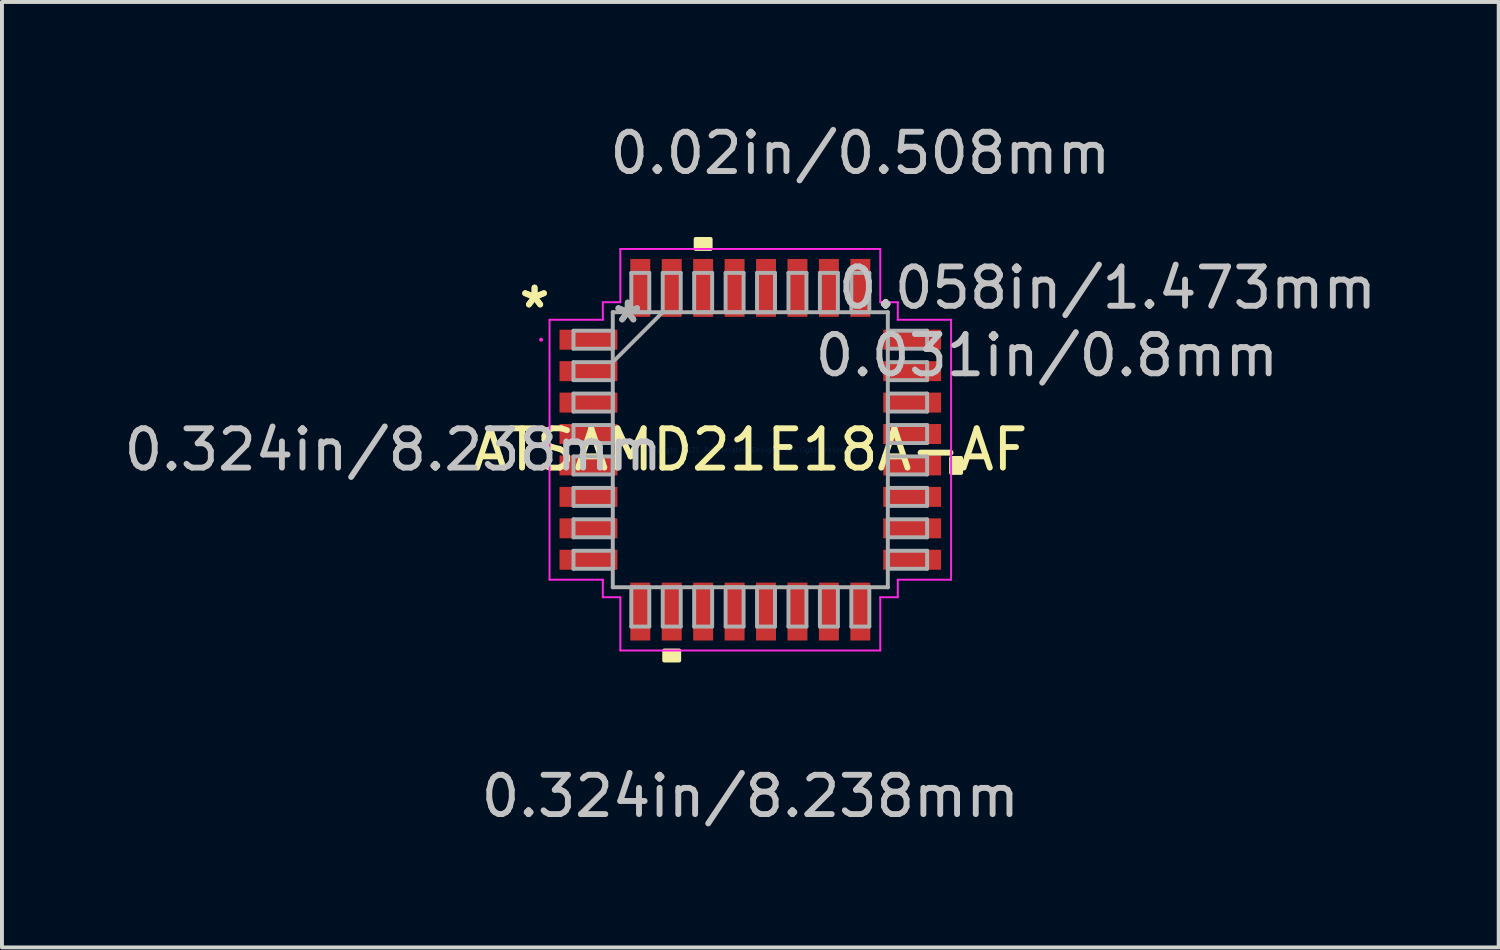
<source format=kicad_pcb>
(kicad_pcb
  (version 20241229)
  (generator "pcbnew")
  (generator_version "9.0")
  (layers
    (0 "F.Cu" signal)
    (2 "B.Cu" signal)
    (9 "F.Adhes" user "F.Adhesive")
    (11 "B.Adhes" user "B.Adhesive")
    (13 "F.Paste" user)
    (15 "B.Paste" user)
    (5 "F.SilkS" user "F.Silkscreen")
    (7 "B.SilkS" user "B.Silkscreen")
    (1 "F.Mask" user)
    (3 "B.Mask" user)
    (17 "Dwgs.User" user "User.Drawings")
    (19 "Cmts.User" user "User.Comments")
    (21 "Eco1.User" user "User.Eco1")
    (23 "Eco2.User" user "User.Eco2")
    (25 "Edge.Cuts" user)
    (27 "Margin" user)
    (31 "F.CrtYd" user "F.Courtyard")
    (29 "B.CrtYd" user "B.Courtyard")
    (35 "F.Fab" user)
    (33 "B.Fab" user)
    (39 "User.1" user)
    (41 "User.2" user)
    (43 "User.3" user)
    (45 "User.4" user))
  (footprint "ATSAMD21E18A-AF"
    (layer "F.Cu")
    (at 16.046 8.396)
    (property "Reference" "ATSAMD21E18A-AF" (at 0 0 0) (layer "F.SilkS") (effects (font (size 1 1) (thickness 0.15))))
    (attr through_hole)
    (fp_poly (pts (xy -2.191 5.11) (xy -2.191 5.364) (xy -1.81 5.364) (xy -1.81 5.11)) (stroke (width 0.1) (type solid)) (fill yes) (layer "F.SilkS"))
    (fp_poly (pts (xy -1.391 -5.11) (xy -1.391 -5.364) (xy -1.01 -5.364) (xy -1.01 -5.11)) (stroke (width 0.1) (type solid)) (fill yes) (layer "F.SilkS"))
    (fp_poly (pts (xy 5.364 0.209) (xy 5.364 0.59) (xy 5.11 0.59) (xy 5.11 0.209)) (stroke (width 0.1) (type solid)) (fill yes) (layer "F.SilkS"))
    (fp_line (start -5.11 -3.308) (end -3.754 -3.308) (stroke (width 0.05) (type solid)) (layer "F.CrtYd"))
    (fp_line (start -5.11 3.308) (end -5.11 -3.308) (stroke (width 0.05) (type solid)) (layer "F.CrtYd"))
    (fp_line (start -3.754 -3.754) (end -3.308 -3.754) (stroke (width 0.05) (type solid)) (layer "F.CrtYd"))
    (fp_line (start -3.754 -3.308) (end -3.754 -3.754) (stroke (width 0.05) (type solid)) (layer "F.CrtYd"))
    (fp_line (start -3.754 3.308) (end -5.11 3.308) (stroke (width 0.05) (type solid)) (layer "F.CrtYd"))
    (fp_line (start -3.754 3.754) (end -3.754 3.308) (stroke (width 0.05) (type solid)) (layer "F.CrtYd"))
    (fp_line (start -3.308 -5.11) (end 3.308 -5.11) (stroke (width 0.05) (type solid)) (layer "F.CrtYd"))
    (fp_line (start -3.308 -3.754) (end -3.308 -5.11) (stroke (width 0.05) (type solid)) (layer "F.CrtYd"))
    (fp_line (start -3.308 3.754) (end -3.754 3.754) (stroke (width 0.05) (type solid)) (layer "F.CrtYd"))
    (fp_line (start -3.308 5.11) (end -3.308 3.754) (stroke (width 0.05) (type solid)) (layer "F.CrtYd"))
    (fp_line (start 3.308 -5.11) (end 3.308 -3.754) (stroke (width 0.05) (type solid)) (layer "F.CrtYd"))
    (fp_line (start 3.308 -3.754) (end 3.754 -3.754) (stroke (width 0.05) (type solid)) (layer "F.CrtYd"))
    (fp_line (start 3.308 3.754) (end 3.308 5.11) (stroke (width 0.05) (type solid)) (layer "F.CrtYd"))
    (fp_line (start 3.308 5.11) (end -3.308 5.11) (stroke (width 0.05) (type solid)) (layer "F.CrtYd"))
    (fp_line (start 3.754 -3.754) (end 3.754 -3.308) (stroke (width 0.05) (type solid)) (layer "F.CrtYd"))
    (fp_line (start 3.754 -3.308) (end 5.11 -3.308) (stroke (width 0.05) (type solid)) (layer "F.CrtYd"))
    (fp_line (start 3.754 3.308) (end 3.754 3.754) (stroke (width 0.05) (type solid)) (layer "F.CrtYd"))
    (fp_line (start 3.754 3.754) (end 3.308 3.754) (stroke (width 0.05) (type solid)) (layer "F.CrtYd"))
    (fp_line (start 5.11 -3.308) (end 5.11 3.308) (stroke (width 0.05) (type solid)) (layer "F.CrtYd"))
    (fp_line (start 5.11 3.308) (end 3.754 3.308) (stroke (width 0.05) (type solid)) (layer "F.CrtYd"))
    (fp_circle (center -5.325 -2.8) (end -5.325 -2.8) (stroke (width 0.05) (type solid)) (fill no) (layer "F.CrtYd"))
    (fp_line (start -4.5 -3.029) (end -4.5 -2.571) (stroke (width 0.1) (type solid)) (layer "F.Fab"))
    (fp_line (start -4.5 -2.571) (end -3.5 -2.571) (stroke (width 0.1) (type solid)) (layer "F.Fab"))
    (fp_line (start -4.5 -2.229) (end -4.5 -1.771) (stroke (width 0.1) (type solid)) (layer "F.Fab"))
    (fp_line (start -4.5 -1.771) (end -3.5 -1.771) (stroke (width 0.1) (type solid)) (layer "F.Fab"))
    (fp_line (start -4.5 -1.429) (end -4.5 -0.971) (stroke (width 0.1) (type solid)) (layer "F.Fab"))
    (fp_line (start -4.5 -0.971) (end -3.5 -0.971) (stroke (width 0.1) (type solid)) (layer "F.Fab"))
    (fp_line (start -4.5 -0.629) (end -4.5 -0.171) (stroke (width 0.1) (type solid)) (layer "F.Fab"))
    (fp_line (start -4.5 -0.171) (end -3.5 -0.171) (stroke (width 0.1) (type solid)) (layer "F.Fab"))
    (fp_line (start -4.5 0.171) (end -4.5 0.629) (stroke (width 0.1) (type solid)) (layer "F.Fab"))
    (fp_line (start -4.5 0.629) (end -3.5 0.629) (stroke (width 0.1) (type solid)) (layer "F.Fab"))
    (fp_line (start -4.5 0.971) (end -4.5 1.429) (stroke (width 0.1) (type solid)) (layer "F.Fab"))
    (fp_line (start -4.5 1.429) (end -3.5 1.429) (stroke (width 0.1) (type solid)) (layer "F.Fab"))
    (fp_line (start -4.5 1.771) (end -4.5 2.229) (stroke (width 0.1) (type solid)) (layer "F.Fab"))
    (fp_line (start -4.5 2.229) (end -3.5 2.229) (stroke (width 0.1) (type solid)) (layer "F.Fab"))
    (fp_line (start -4.5 2.571) (end -4.5 3.029) (stroke (width 0.1) (type solid)) (layer "F.Fab"))
    (fp_line (start -4.5 3.029) (end -3.5 3.029) (stroke (width 0.1) (type solid)) (layer "F.Fab"))
    (fp_line (start -3.5 -3.5) (end -3.5 -3.5) (stroke (width 0.1) (type solid)) (layer "F.Fab"))
    (fp_line (start -3.5 -3.5) (end -3.5 3.5) (stroke (width 0.1) (type solid)) (layer "F.Fab"))
    (fp_line (start -3.5 3.5) (end -3.5 3.5) (stroke (width 0.1) (type solid)) (layer "F.Fab"))
    (fp_line (start -3.5 3.5) (end 3.5 3.5) (stroke (width 0.1) (type solid)) (layer "F.Fab"))
    (fp_line (start -3.5 -3.029) (end -4.5 -3.029) (stroke (width 0.1) (type solid)) (layer "F.Fab"))
    (fp_line (start -3.5 -2.571) (end -3.5 -3.029) (stroke (width 0.1) (type solid)) (layer "F.Fab"))
    (fp_line (start -3.5 -2.23) (end -2.23 -3.5) (stroke (width 0.1) (type solid)) (layer "F.Fab"))
    (fp_line (start -3.5 -2.229) (end -4.5 -2.229) (stroke (width 0.1) (type solid)) (layer "F.Fab"))
    (fp_line (start -3.5 -1.771) (end -3.5 -2.229) (stroke (width 0.1) (type solid)) (layer "F.Fab"))
    (fp_line (start -3.5 -1.429) (end -4.5 -1.429) (stroke (width 0.1) (type solid)) (layer "F.Fab"))
    (fp_line (start -3.5 -0.971) (end -3.5 -1.429) (stroke (width 0.1) (type solid)) (layer "F.Fab"))
    (fp_line (start -3.5 -0.629) (end -4.5 -0.629) (stroke (width 0.1) (type solid)) (layer "F.Fab"))
    (fp_line (start -3.5 -0.171) (end -3.5 -0.629) (stroke (width 0.1) (type solid)) (layer "F.Fab"))
    (fp_line (start -3.5 0.171) (end -4.5 0.171) (stroke (width 0.1) (type solid)) (layer "F.Fab"))
    (fp_line (start -3.5 0.629) (end -3.5 0.171) (stroke (width 0.1) (type solid)) (layer "F.Fab"))
    (fp_line (start -3.5 0.971) (end -4.5 0.971) (stroke (width 0.1) (type solid)) (layer "F.Fab"))
    (fp_line (start -3.5 1.429) (end -3.5 0.971) (stroke (width 0.1) (type solid)) (layer "F.Fab"))
    (fp_line (start -3.5 1.771) (end -4.5 1.771) (stroke (width 0.1) (type solid)) (layer "F.Fab"))
    (fp_line (start -3.5 2.229) (end -3.5 1.771) (stroke (width 0.1) (type solid)) (layer "F.Fab"))
    (fp_line (start -3.5 2.571) (end -4.5 2.571) (stroke (width 0.1) (type solid)) (layer "F.Fab"))
    (fp_line (start -3.5 3.029) (end -3.5 2.571) (stroke (width 0.1) (type solid)) (layer "F.Fab"))
    (fp_line (start -3.029 -4.5) (end -3.029 -3.5) (stroke (width 0.1) (type solid)) (layer "F.Fab"))
    (fp_line (start -3.029 -3.5) (end -2.571 -3.5) (stroke (width 0.1) (type solid)) (layer "F.Fab"))
    (fp_line (start -3.029 3.5) (end -3.029 4.5) (stroke (width 0.1) (type solid)) (layer "F.Fab"))
    (fp_line (start -3.029 4.5) (end -2.571 4.5) (stroke (width 0.1) (type solid)) (layer "F.Fab"))
    (fp_line (start -2.571 -4.5) (end -3.029 -4.5) (stroke (width 0.1) (type solid)) (layer "F.Fab"))
    (fp_line (start -2.571 -3.5) (end -2.571 -4.5) (stroke (width 0.1) (type solid)) (layer "F.Fab"))
    (fp_line (start -2.571 3.5) (end -3.029 3.5) (stroke (width 0.1) (type solid)) (layer "F.Fab"))
    (fp_line (start -2.571 4.5) (end -2.571 3.5) (stroke (width 0.1) (type solid)) (layer "F.Fab"))
    (fp_line (start -2.229 -4.5) (end -2.229 -3.5) (stroke (width 0.1) (type solid)) (layer "F.Fab"))
    (fp_line (start -2.229 -3.5) (end -1.771 -3.5) (stroke (width 0.1) (type solid)) (layer "F.Fab"))
    (fp_line (start -2.229 3.5) (end -2.229 4.5) (stroke (width 0.1) (type solid)) (layer "F.Fab"))
    (fp_line (start -2.229 4.5) (end -1.771 4.5) (stroke (width 0.1) (type solid)) (layer "F.Fab"))
    (fp_line (start -1.771 -4.5) (end -2.229 -4.5) (stroke (width 0.1) (type solid)) (layer "F.Fab"))
    (fp_line (start -1.771 -3.5) (end -1.771 -4.5) (stroke (width 0.1) (type solid)) (layer "F.Fab"))
    (fp_line (start -1.771 3.5) (end -2.229 3.5) (stroke (width 0.1) (type solid)) (layer "F.Fab"))
    (fp_line (start -1.771 4.5) (end -1.771 3.5) (stroke (width 0.1) (type solid)) (layer "F.Fab"))
    (fp_line (start -1.429 -4.5) (end -1.429 -3.5) (stroke (width 0.1) (type solid)) (layer "F.Fab"))
    (fp_line (start -1.429 -3.5) (end -0.971 -3.5) (stroke (width 0.1) (type solid)) (layer "F.Fab"))
    (fp_line (start -1.429 3.5) (end -1.429 4.5) (stroke (width 0.1) (type solid)) (layer "F.Fab"))
    (fp_line (start -1.429 4.5) (end -0.971 4.5) (stroke (width 0.1) (type solid)) (layer "F.Fab"))
    (fp_line (start -0.971 -4.5) (end -1.429 -4.5) (stroke (width 0.1) (type solid)) (layer "F.Fab"))
    (fp_line (start -0.971 -3.5) (end -0.971 -4.5) (stroke (width 0.1) (type solid)) (layer "F.Fab"))
    (fp_line (start -0.971 3.5) (end -1.429 3.5) (stroke (width 0.1) (type solid)) (layer "F.Fab"))
    (fp_line (start -0.971 4.5) (end -0.971 3.5) (stroke (width 0.1) (type solid)) (layer "F.Fab"))
    (fp_line (start -0.629 -4.5) (end -0.629 -3.5) (stroke (width 0.1) (type solid)) (layer "F.Fab"))
    (fp_line (start -0.629 -3.5) (end -0.171 -3.5) (stroke (width 0.1) (type solid)) (layer "F.Fab"))
    (fp_line (start -0.629 3.5) (end -0.629 4.5) (stroke (width 0.1) (type solid)) (layer "F.Fab"))
    (fp_line (start -0.629 4.5) (end -0.171 4.5) (stroke (width 0.1) (type solid)) (layer "F.Fab"))
    (fp_line (start -0.171 -4.5) (end -0.629 -4.5) (stroke (width 0.1) (type solid)) (layer "F.Fab"))
    (fp_line (start -0.171 -3.5) (end -0.171 -4.5) (stroke (width 0.1) (type solid)) (layer "F.Fab"))
    (fp_line (start -0.171 3.5) (end -0.629 3.5) (stroke (width 0.1) (type solid)) (layer "F.Fab"))
    (fp_line (start -0.171 4.5) (end -0.171 3.5) (stroke (width 0.1) (type solid)) (layer "F.Fab"))
    (fp_line (start 0.171 -4.5) (end 0.171 -3.5) (stroke (width 0.1) (type solid)) (layer "F.Fab"))
    (fp_line (start 0.171 -3.5) (end 0.629 -3.5) (stroke (width 0.1) (type solid)) (layer "F.Fab"))
    (fp_line (start 0.171 3.5) (end 0.171 4.5) (stroke (width 0.1) (type solid)) (layer "F.Fab"))
    (fp_line (start 0.171 4.5) (end 0.629 4.5) (stroke (width 0.1) (type solid)) (layer "F.Fab"))
    (fp_line (start 0.629 -4.5) (end 0.171 -4.5) (stroke (width 0.1) (type solid)) (layer "F.Fab"))
    (fp_line (start 0.629 -3.5) (end 0.629 -4.5) (stroke (width 0.1) (type solid)) (layer "F.Fab"))
    (fp_line (start 0.629 3.5) (end 0.171 3.5) (stroke (width 0.1) (type solid)) (layer "F.Fab"))
    (fp_line (start 0.629 4.5) (end 0.629 3.5) (stroke (width 0.1) (type solid)) (layer "F.Fab"))
    (fp_line (start 0.971 -4.5) (end 0.971 -3.5) (stroke (width 0.1) (type solid)) (layer "F.Fab"))
    (fp_line (start 0.971 -3.5) (end 1.429 -3.5) (stroke (width 0.1) (type solid)) (layer "F.Fab"))
    (fp_line (start 0.971 3.5) (end 0.971 4.5) (stroke (width 0.1) (type solid)) (layer "F.Fab"))
    (fp_line (start 0.971 4.5) (end 1.429 4.5) (stroke (width 0.1) (type solid)) (layer "F.Fab"))
    (fp_line (start 1.429 -4.5) (end 0.971 -4.5) (stroke (width 0.1) (type solid)) (layer "F.Fab"))
    (fp_line (start 1.429 -3.5) (end 1.429 -4.5) (stroke (width 0.1) (type solid)) (layer "F.Fab"))
    (fp_line (start 1.429 3.5) (end 0.971 3.5) (stroke (width 0.1) (type solid)) (layer "F.Fab"))
    (fp_line (start 1.429 4.5) (end 1.429 3.5) (stroke (width 0.1) (type solid)) (layer "F.Fab"))
    (fp_line (start 1.771 -4.5) (end 1.771 -3.5) (stroke (width 0.1) (type solid)) (layer "F.Fab"))
    (fp_line (start 1.771 -3.5) (end 2.229 -3.5) (stroke (width 0.1) (type solid)) (layer "F.Fab"))
    (fp_line (start 1.771 3.5) (end 1.771 4.5) (stroke (width 0.1) (type solid)) (layer "F.Fab"))
    (fp_line (start 1.771 4.5) (end 2.229 4.5) (stroke (width 0.1) (type solid)) (layer "F.Fab"))
    (fp_line (start 2.229 -4.5) (end 1.771 -4.5) (stroke (width 0.1) (type solid)) (layer "F.Fab"))
    (fp_line (start 2.229 -3.5) (end 2.229 -4.5) (stroke (width 0.1) (type solid)) (layer "F.Fab"))
    (fp_line (start 2.229 3.5) (end 1.771 3.5) (stroke (width 0.1) (type solid)) (layer "F.Fab"))
    (fp_line (start 2.229 4.5) (end 2.229 3.5) (stroke (width 0.1) (type solid)) (layer "F.Fab"))
    (fp_line (start 2.571 -4.5) (end 2.571 -3.5) (stroke (width 0.1) (type solid)) (layer "F.Fab"))
    (fp_line (start 2.571 -3.5) (end 3.029 -3.5) (stroke (width 0.1) (type solid)) (layer "F.Fab"))
    (fp_line (start 2.571 3.5) (end 2.571 4.5) (stroke (width 0.1) (type solid)) (layer "F.Fab"))
    (fp_line (start 2.571 4.5) (end 3.029 4.5) (stroke (width 0.1) (type solid)) (layer "F.Fab"))
    (fp_line (start 3.029 -4.5) (end 2.571 -4.5) (stroke (width 0.1) (type solid)) (layer "F.Fab"))
    (fp_line (start 3.029 -3.5) (end 3.029 -4.5) (stroke (width 0.1) (type solid)) (layer "F.Fab"))
    (fp_line (start 3.029 3.5) (end 2.571 3.5) (stroke (width 0.1) (type solid)) (layer "F.Fab"))
    (fp_line (start 3.029 4.5) (end 3.029 3.5) (stroke (width 0.1) (type solid)) (layer "F.Fab"))
    (fp_line (start 3.5 -3.029) (end 3.5 -2.571) (stroke (width 0.1) (type solid)) (layer "F.Fab"))
    (fp_line (start 3.5 -2.571) (end 4.5 -2.571) (stroke (width 0.1) (type solid)) (layer "F.Fab"))
    (fp_line (start 3.5 -2.229) (end 3.5 -1.771) (stroke (width 0.1) (type solid)) (layer "F.Fab"))
    (fp_line (start 3.5 -1.771) (end 4.5 -1.771) (stroke (width 0.1) (type solid)) (layer "F.Fab"))
    (fp_line (start 3.5 -1.429) (end 3.5 -0.971) (stroke (width 0.1) (type solid)) (layer "F.Fab"))
    (fp_line (start 3.5 -0.971) (end 4.5 -0.971) (stroke (width 0.1) (type solid)) (layer "F.Fab"))
    (fp_line (start 3.5 -0.629) (end 3.5 -0.171) (stroke (width 0.1) (type solid)) (layer "F.Fab"))
    (fp_line (start 3.5 -0.171) (end 4.5 -0.171) (stroke (width 0.1) (type solid)) (layer "F.Fab"))
    (fp_line (start 3.5 0.171) (end 3.5 0.629) (stroke (width 0.1) (type solid)) (layer "F.Fab"))
    (fp_line (start 3.5 0.629) (end 4.5 0.629) (stroke (width 0.1) (type solid)) (layer "F.Fab"))
    (fp_line (start 3.5 0.971) (end 3.5 1.429) (stroke (width 0.1) (type solid)) (layer "F.Fab"))
    (fp_line (start 3.5 1.429) (end 4.5 1.429) (stroke (width 0.1) (type solid)) (layer "F.Fab"))
    (fp_line (start 3.5 1.771) (end 3.5 2.229) (stroke (width 0.1) (type solid)) (layer "F.Fab"))
    (fp_line (start 3.5 2.229) (end 4.5 2.229) (stroke (width 0.1) (type solid)) (layer "F.Fab"))
    (fp_line (start 3.5 2.571) (end 3.5 3.029) (stroke (width 0.1) (type solid)) (layer "F.Fab"))
    (fp_line (start 3.5 3.029) (end 4.5 3.029) (stroke (width 0.1) (type solid)) (layer "F.Fab"))
    (fp_line (start 3.5 -3.5) (end -3.5 -3.5) (stroke (width 0.1) (type solid)) (layer "F.Fab"))
    (fp_line (start 3.5 -3.5) (end 3.5 -3.5) (stroke (width 0.1) (type solid)) (layer "F.Fab"))
    (fp_line (start 3.5 3.5) (end 3.5 -3.5) (stroke (width 0.1) (type solid)) (layer "F.Fab"))
    (fp_line (start 3.5 3.5) (end 3.5 3.5) (stroke (width 0.1) (type solid)) (layer "F.Fab"))
    (fp_line (start 4.5 -3.029) (end 3.5 -3.029) (stroke (width 0.1) (type solid)) (layer "F.Fab"))
    (fp_line (start 4.5 -2.571) (end 4.5 -3.029) (stroke (width 0.1) (type solid)) (layer "F.Fab"))
    (fp_line (start 4.5 -2.229) (end 3.5 -2.229) (stroke (width 0.1) (type solid)) (layer "F.Fab"))
    (fp_line (start 4.5 -1.771) (end 4.5 -2.229) (stroke (width 0.1) (type solid)) (layer "F.Fab"))
    (fp_line (start 4.5 -1.429) (end 3.5 -1.429) (stroke (width 0.1) (type solid)) (layer "F.Fab"))
    (fp_line (start 4.5 -0.971) (end 4.5 -1.429) (stroke (width 0.1) (type solid)) (layer "F.Fab"))
    (fp_line (start 4.5 -0.629) (end 3.5 -0.629) (stroke (width 0.1) (type solid)) (layer "F.Fab"))
    (fp_line (start 4.5 -0.171) (end 4.5 -0.629) (stroke (width 0.1) (type solid)) (layer "F.Fab"))
    (fp_line (start 4.5 0.171) (end 3.5 0.171) (stroke (width 0.1) (type solid)) (layer "F.Fab"))
    (fp_line (start 4.5 0.629) (end 4.5 0.171) (stroke (width 0.1) (type solid)) (layer "F.Fab"))
    (fp_line (start 4.5 0.971) (end 3.5 0.971) (stroke (width 0.1) (type solid)) (layer "F.Fab"))
    (fp_line (start 4.5 1.429) (end 4.5 0.971) (stroke (width 0.1) (type solid)) (layer "F.Fab"))
    (fp_line (start 4.5 1.771) (end 3.5 1.771) (stroke (width 0.1) (type solid)) (layer "F.Fab"))
    (fp_line (start 4.5 2.229) (end 4.5 1.771) (stroke (width 0.1) (type solid)) (layer "F.Fab"))
    (fp_line (start 4.5 2.571) (end 3.5 2.571) (stroke (width 0.1) (type solid)) (layer "F.Fab"))
    (fp_line (start 4.5 3.029) (end 4.5 2.571) (stroke (width 0.1) (type solid)) (layer "F.Fab"))
    (fp_text user "*" (at -5.491 -3.581 0) (layer "F.SilkS") (effects (font (size 1 1) (thickness 0.15))))
    (fp_text user "*" (at -5.491 -3.581 0) (layer "F.SilkS") (effects (font (size 1 1) (thickness 0.15))))
    (fp_text user "0.324in/8.238mm" (at 0 8.818 0) (layer "Dwgs.User") (effects (font (size 1 1) (thickness 0.15))))
    (fp_text user "0.02in/0.508mm" (at 2.8 -7.548 0) (layer "Dwgs.User") (effects (font (size 1 1) (thickness 0.15))))
    (fp_text user "0.324in/8.238mm" (at -9.088 0 0) (layer "Dwgs.User") (effects (font (size 1 1) (thickness 0.15))))
    (fp_text user "0.031in/0.8mm" (at 7.548 -2.4 0) (layer "Dwgs.User") (effects (font (size 1 1) (thickness 0.15))))
    (fp_text user "0.058in/1.473mm" (at 9.088 -4.119 0) (layer "Dwgs.User") (effects (font (size 1 1) (thickness 0.15))))
    (fp_text user "Copyright 2021 Accelerated Designs. All rights reserved." (at 0 0 0) (layer "Cmts.User") (effects (font (size 0.127 0.127) (thickness 0.002))))
    (fp_text user "*" (at -3.119 -3.2 0) (layer "F.Fab") (effects (font (size 1 1) (thickness 0.15))))
    (fp_text user "*" (at -3.119 -3.2 0) (layer "F.Fab") (effects (font (size 1 1) (thickness 0.15))))
    (pad "1" smd rect (at -4.119 -2.8 90) (size 0.508 1.473) (layers "F.Cu" "F.Mask" "F.Paste"))
    (pad "2" smd rect (at -4.119 -2 90) (size 0.508 1.473) (layers "F.Cu" "F.Mask" "F.Paste"))
    (pad "3" smd rect (at -4.119 -1.2 90) (size 0.508 1.473) (layers "F.Cu" "F.Mask" "F.Paste"))
    (pad "4" smd rect (at -4.119 -0.4 90) (size 0.508 1.473) (layers "F.Cu" "F.Mask" "F.Paste"))
    (pad "5" smd rect (at -4.119 0.4 90) (size 0.508 1.473) (layers "F.Cu" "F.Mask" "F.Paste"))
    (pad "6" smd rect (at -4.119 1.2 90) (size 0.508 1.473) (layers "F.Cu" "F.Mask" "F.Paste"))
    (pad "7" smd rect (at -4.119 2 90) (size 0.508 1.473) (layers "F.Cu" "F.Mask" "F.Paste"))
    (pad "8" smd rect (at -4.119 2.8 90) (size 0.508 1.473) (layers "F.Cu" "F.Mask" "F.Paste"))
    (pad "9" smd rect (at -2.8 4.119) (size 0.508 1.473) (layers "F.Cu" "F.Mask" "F.Paste"))
    (pad "10" smd rect (at -2 4.119) (size 0.508 1.473) (layers "F.Cu" "F.Mask" "F.Paste"))
    (pad "11" smd rect (at -1.2 4.119) (size 0.508 1.473) (layers "F.Cu" "F.Mask" "F.Paste"))
    (pad "12" smd rect (at -0.4 4.119) (size 0.508 1.473) (layers "F.Cu" "F.Mask" "F.Paste"))
    (pad "13" smd rect (at 0.4 4.119) (size 0.508 1.473) (layers "F.Cu" "F.Mask" "F.Paste"))
    (pad "14" smd rect (at 1.2 4.119) (size 0.508 1.473) (layers "F.Cu" "F.Mask" "F.Paste"))
    (pad "15" smd rect (at 2 4.119) (size 0.508 1.473) (layers "F.Cu" "F.Mask" "F.Paste"))
    (pad "16" smd rect (at 2.8 4.119) (size 0.508 1.473) (layers "F.Cu" "F.Mask" "F.Paste"))
    (pad "17" smd rect (at 4.119 2.8 90) (size 0.508 1.473) (layers "F.Cu" "F.Mask" "F.Paste"))
    (pad "18" smd rect (at 4.119 2 90) (size 0.508 1.473) (layers "F.Cu" "F.Mask" "F.Paste"))
    (pad "19" smd rect (at 4.119 1.2 90) (size 0.508 1.473) (layers "F.Cu" "F.Mask" "F.Paste"))
    (pad "20" smd rect (at 4.119 0.4 90) (size 0.508 1.473) (layers "F.Cu" "F.Mask" "F.Paste"))
    (pad "21" smd rect (at 4.119 -0.4 90) (size 0.508 1.473) (layers "F.Cu" "F.Mask" "F.Paste"))
    (pad "22" smd rect (at 4.119 -1.2 90) (size 0.508 1.473) (layers "F.Cu" "F.Mask" "F.Paste"))
    (pad "23" smd rect (at 4.119 -2 90) (size 0.508 1.473) (layers "F.Cu" "F.Mask" "F.Paste"))
    (pad "24" smd rect (at 4.119 -2.8 90) (size 0.508 1.473) (layers "F.Cu" "F.Mask" "F.Paste"))
    (pad "25" smd rect (at 2.8 -4.119) (size 0.508 1.473) (layers "F.Cu" "F.Mask" "F.Paste"))
    (pad "26" smd rect (at 2 -4.119) (size 0.508 1.473) (layers "F.Cu" "F.Mask" "F.Paste"))
    (pad "27" smd rect (at 1.2 -4.119) (size 0.508 1.473) (layers "F.Cu" "F.Mask" "F.Paste"))
    (pad "28" smd rect (at 0.4 -4.119) (size 0.508 1.473) (layers "F.Cu" "F.Mask" "F.Paste"))
    (pad "29" smd rect (at -0.4 -4.119) (size 0.508 1.473) (layers "F.Cu" "F.Mask" "F.Paste"))
    (pad "30" smd rect (at -1.2 -4.119) (size 0.508 1.473) (layers "F.Cu" "F.Mask" "F.Paste"))
    (pad "31" smd rect (at -2 -4.119) (size 0.508 1.473) (layers "F.Cu" "F.Mask" "F.Paste"))
    (pad "32" smd rect (at -2.8 -4.119) (size 0.508 1.473) (layers "F.Cu" "F.Mask" "F.Paste")))
  (gr_rect
    (start -3 -3)
    (end 35.093 21.062)
    (stroke (width 0.1) (type default))
    (fill no)
    (layer "Edge.Cuts")))
</source>
